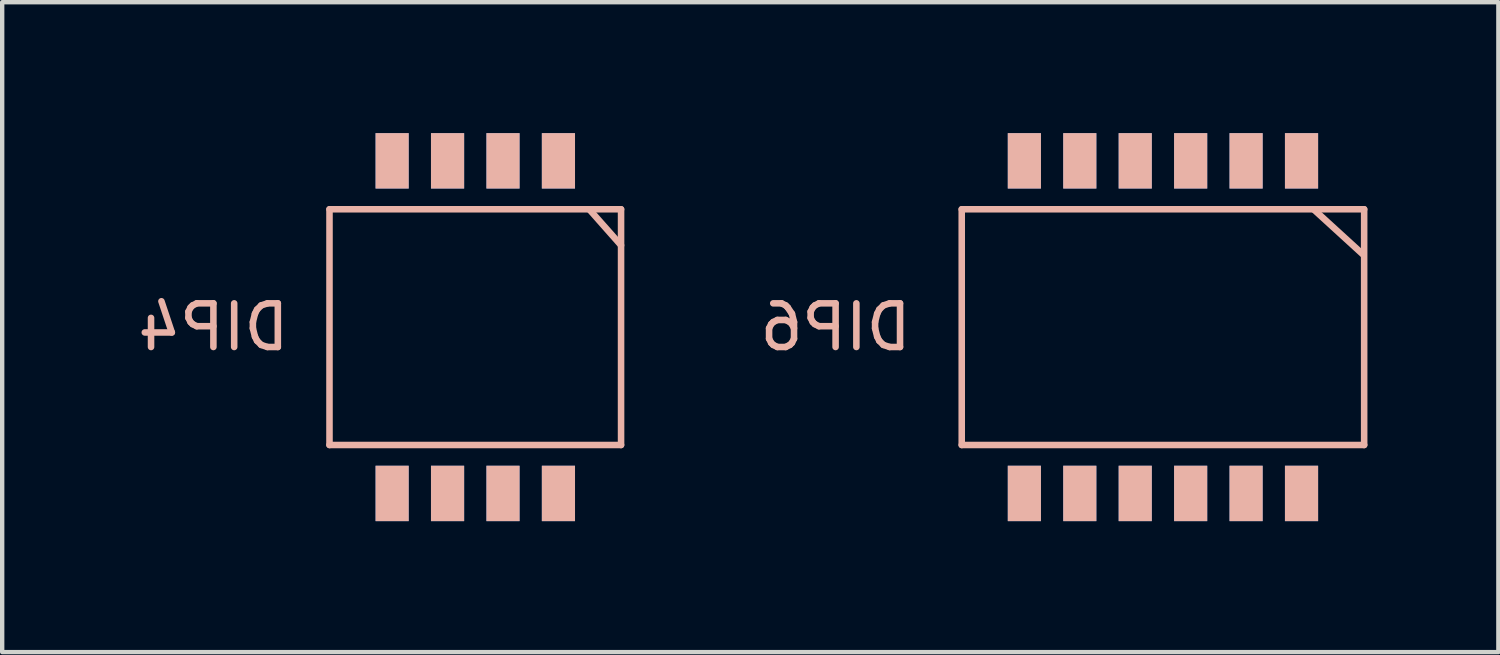
<source format=kicad_pcb>
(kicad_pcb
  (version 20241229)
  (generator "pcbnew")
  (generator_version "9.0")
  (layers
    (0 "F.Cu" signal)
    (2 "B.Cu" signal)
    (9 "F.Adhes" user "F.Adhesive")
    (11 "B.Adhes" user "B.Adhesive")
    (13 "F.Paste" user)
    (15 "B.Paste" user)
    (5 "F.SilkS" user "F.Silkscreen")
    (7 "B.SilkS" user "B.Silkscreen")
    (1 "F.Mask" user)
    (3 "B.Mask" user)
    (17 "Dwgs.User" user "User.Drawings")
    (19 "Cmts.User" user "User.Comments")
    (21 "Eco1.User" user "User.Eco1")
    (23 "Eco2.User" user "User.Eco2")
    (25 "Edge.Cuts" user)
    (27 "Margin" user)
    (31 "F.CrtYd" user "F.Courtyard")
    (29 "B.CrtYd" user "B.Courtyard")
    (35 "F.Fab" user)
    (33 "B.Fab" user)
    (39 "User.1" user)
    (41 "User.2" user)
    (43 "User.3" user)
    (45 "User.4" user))
  (footprint "DIP6"
    (layer "F.Cu")
    (at 23.594 4.445)
    (property "Reference" "DIP6" (at -7.5 0 0) (layer "B.SilkS") (effects (font (size 1 1) (thickness 0.15)) (justify mirror)))
    (attr through_hole)
    (fp_line (start -4.61 -2.7) (end -4.61 2.7) (stroke (width 0.15) (type solid)) (layer "B.SilkS"))
    (fp_line (start -4.61 -2.7) (end 4.61 -2.7) (stroke (width 0.15) (type solid)) (layer "B.SilkS"))
    (fp_line (start -4.61 2.7) (end 4.61 2.7) (stroke (width 0.15) (type solid)) (layer "B.SilkS"))
    (fp_line (start 3.45 -2.7) (end 4.6 -1.65) (stroke (width 0.15) (type solid)) (layer "B.SilkS"))
    (fp_line (start 4.61 -2.7) (end 4.61 2.7) (stroke (width 0.15) (type solid)) (layer "B.SilkS"))
    (pad "1" smd rect (at -3.175 -3.81) (size 0.76 1.27) (layers "B.Cu" "B.Mask" "B.SilkS" "B.Paste"))
    (pad "2" smd rect (at -1.905 -3.81) (size 0.76 1.27) (layers "B.Cu" "B.Mask" "B.SilkS" "B.Paste"))
    (pad "3" smd rect (at -0.635 -3.81) (size 0.76 1.27) (layers "B.Cu" "B.Mask" "B.SilkS" "B.Paste"))
    (pad "4" smd rect (at 0.635 -3.81) (size 0.76 1.27) (layers "B.Cu" "B.Mask" "B.SilkS" "B.Paste"))
    (pad "5" smd rect (at 1.905 -3.81) (size 0.76 1.27) (layers "B.Cu" "B.Mask" "B.SilkS" "B.Paste"))
    (pad "6" smd rect (at 3.175 -3.81) (size 0.76 1.27) (layers "B.Cu" "B.Mask" "B.SilkS" "B.Paste"))
    (pad "7" smd rect (at -3.175 3.81) (size 0.76 1.27) (layers "B.Cu" "B.Mask" "B.SilkS" "B.Paste"))
    (pad "8" smd rect (at -1.905 3.81) (size 0.76 1.27) (layers "B.Cu" "B.Mask" "B.SilkS" "B.Paste"))
    (pad "9" smd rect (at -0.635 3.81) (size 0.76 1.27) (layers "B.Cu" "B.Mask" "B.SilkS" "B.Paste"))
    (pad "10" smd rect (at 0.635 3.81) (size 0.76 1.27) (layers "B.Cu" "B.Mask" "B.SilkS" "B.Paste"))
    (pad "11" smd rect (at 1.905 3.81) (size 0.76 1.27) (layers "B.Cu" "B.Mask" "B.SilkS" "B.Paste"))
    (pad "12" smd rect (at 3.175 3.81) (size 0.76 1.27) (layers "B.Cu" "B.Mask" "B.SilkS" "B.Paste")))
  (footprint "DIP4"
    (layer "F.Cu")
    (at 7.839 4.445)
    (property "Reference" "DIP4" (at -6 0 0) (layer "B.SilkS") (effects (font (size 1 1) (thickness 0.15)) (justify mirror)))
    (attr through_hole)
    (fp_line (start -3.34 -2.7) (end -3.34 2.7) (stroke (width 0.15) (type solid)) (layer "B.SilkS"))
    (fp_line (start -3.34 -2.7) (end 3.34 -2.7) (stroke (width 0.15) (type solid)) (layer "B.SilkS"))
    (fp_line (start -3.34 2.7) (end 3.34 2.7) (stroke (width 0.15) (type solid)) (layer "B.SilkS"))
    (fp_line (start 2.61 -2.7) (end 3.34 -1.875) (stroke (width 0.15) (type solid)) (layer "B.SilkS"))
    (fp_line (start 3.34 -2.7) (end 3.34 2.7) (stroke (width 0.15) (type solid)) (layer "B.SilkS"))
    (pad "1" smd rect (at -1.905 -3.81) (size 0.76 1.27) (layers "B.Cu" "B.Mask" "B.SilkS" "B.Paste"))
    (pad "2" smd rect (at -0.635 -3.81) (size 0.76 1.27) (layers "B.Cu" "B.Mask" "B.SilkS" "B.Paste"))
    (pad "3" smd rect (at 0.635 -3.81) (size 0.76 1.27) (layers "B.Cu" "B.Mask" "B.SilkS" "B.Paste"))
    (pad "4" smd rect (at 1.905 -3.81) (size 0.76 1.27) (layers "B.Cu" "B.Mask" "B.SilkS" "B.Paste"))
    (pad "5" smd rect (at -1.905 3.81) (size 0.76 1.27) (layers "B.Cu" "B.Mask" "B.SilkS" "B.Paste"))
    (pad "6" smd rect (at -0.635 3.81) (size 0.76 1.27) (layers "B.Cu" "B.Mask" "B.SilkS" "B.Paste"))
    (pad "7" smd rect (at 0.635 3.81) (size 0.76 1.27) (layers "B.Cu" "B.Mask" "B.SilkS" "B.Paste"))
    (pad "8" smd rect (at 1.905 3.81) (size 0.76 1.27) (layers "B.Cu" "B.Mask" "B.SilkS" "B.Paste")))
  (gr_rect
    (start -3 -3)
    (end 31.279 11.89)
    (stroke (width 0.1) (type default))
    (fill no)
    (layer "Edge.Cuts")))
</source>
